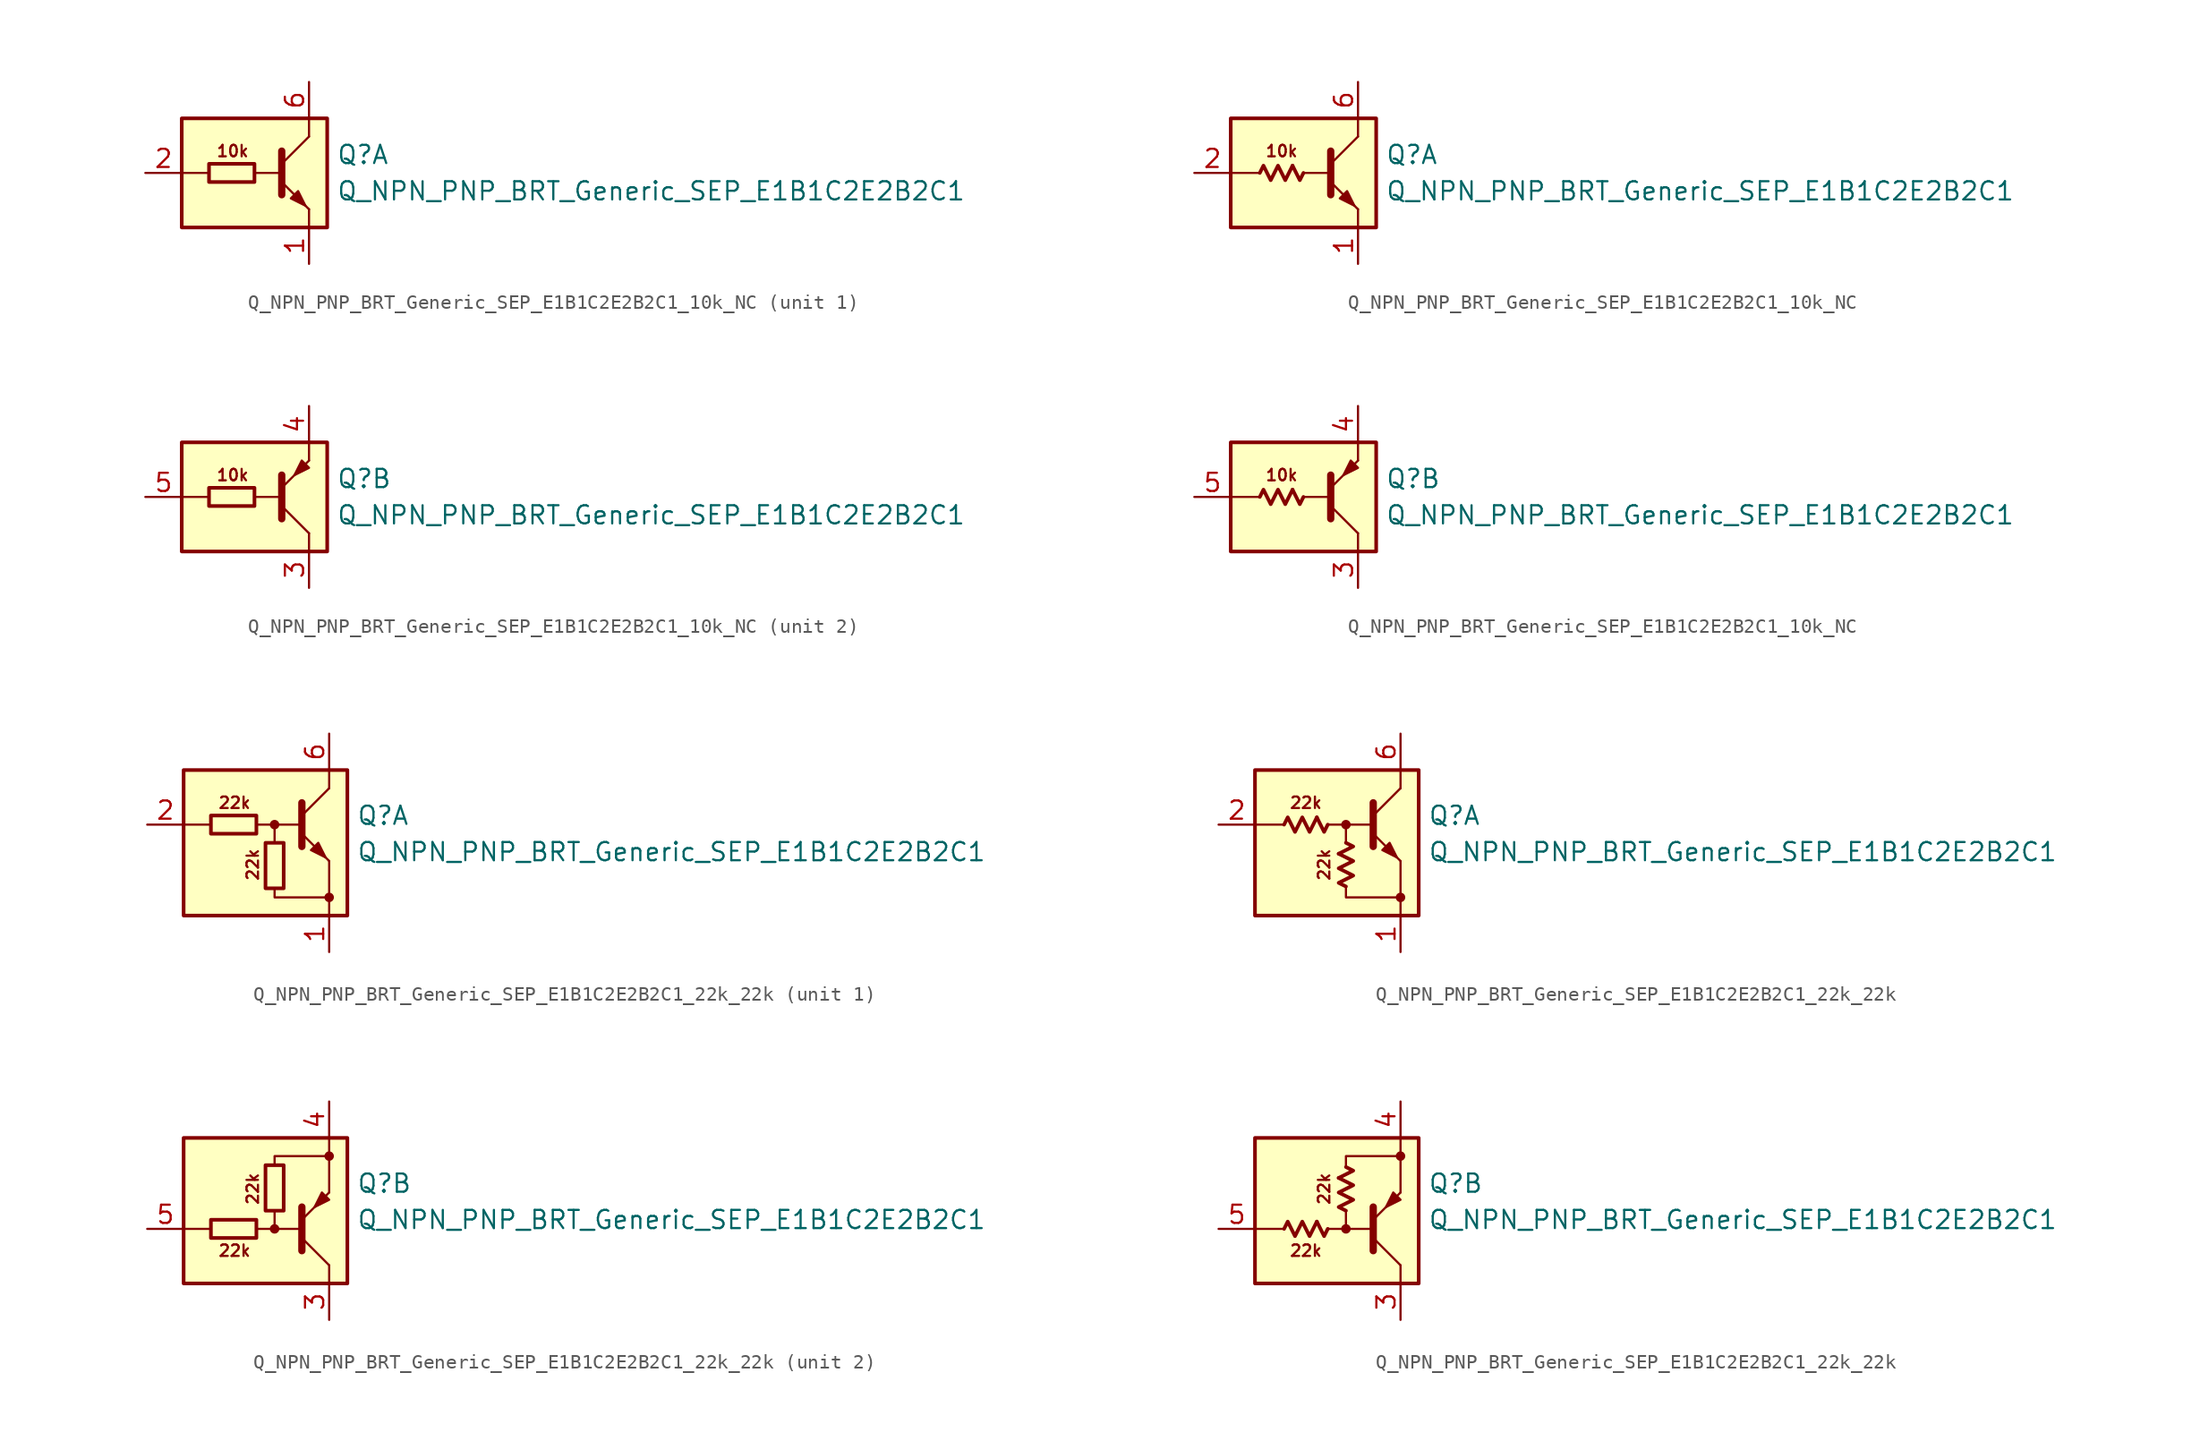
<source format=kicad_sym>
(kicad_symbol_lib
  (version 20220914)
  (generator kicad_symbol_editor)
  (symbol "Q_NPN_PNP_BRT_Generic_SEP_E1B1C2E2B2C1_10k_NC"
    (pin_names
      (offset 1.016) hide)
    (property "Reference" "Q"
      (at 5.715 1.27 0)
      (effects (font (size 1.27 1.27)) (justify left)))
    (property "Value" "Q_NPN_PNP_BRT_Generic_SEP_E1B1C2E2B2C1"
      (at 5.715 -1.27 0)
      (effects (font (size 1.27 1.27)) (justify left)))
    (property "ki_locked" ""
      (at 0 0 0)
      (effects (font (size 1.27 1.27))))
    (symbol "Q_NPN_PNP_BRT_Generic_SEP_E1B1C2E2B2C1_10k_NC_1_0"
      (rectangle (start -5.08 3.81) (end 5.08 -3.81) (stroke (width 0.254) (type default)) (fill (type background)))
      (polyline (pts (xy -3.175 0) (xy -5.08 0)) (stroke (width 0) (type default)) (fill (type none)))
      (polyline (pts (xy 0 0) (xy 1.905 0)) (stroke (width 0) (type default)) (fill (type none)))
      (polyline (pts (xy 1.905 0.635) (xy 3.81 2.54)) (stroke (width 0) (type default)) (fill (type none)))
      (polyline (pts (xy 1.905 1.524) (xy 1.905 -1.524)) (stroke (width 0.508) (type default)) (fill (type none)))
      (polyline (pts (xy 3.81 -2.54) (xy 3.81 -3.81)) (stroke (width 0) (type default)) (fill (type none)))
      (polyline (pts (xy 3.81 2.54) (xy 3.81 3.81)) (stroke (width 0) (type default)) (fill (type none)))
      (polyline (pts (xy 1.905 -0.635) (xy 3.81 -2.54) (xy 3.81 -2.54)) (stroke (width 0) (type default)) (fill (type none)))
      (polyline (pts (xy 2.54 -1.778) (xy 3.048 -1.27) (xy 3.556 -2.286) (xy 2.54 -1.778) (xy 2.54 -1.778)) (stroke (width 0) (type default)) (fill (type outline)))
      (text "10k" (at -1.524 1.524 0) (effects (font (size 0.8 0.8)))))
    (symbol "Q_NPN_PNP_BRT_Generic_SEP_E1B1C2E2B2C1_10k_NC_1_1"
      (rectangle (start -3.175 0.635) (end 0 -0.635) (stroke (width 0.254) (type default)) (fill (type none)))
      (pin passive line (at 3.81 -6.35 90) (length 2.54) (name "E1" (effects (font (size 1.27 1.27)))) (number "1" (effects (font (size 1.27 1.27)))))
      (pin input line (at -7.62 0 0) (length 2.54) (name "B1" (effects (font (size 1.27 1.27)))) (number "2" (effects (font (size 1.27 1.27)))))
      (pin passive line (at 3.81 6.35 270) (length 2.54) (name "C1" (effects (font (size 1.27 1.27)))) (number "6" (effects (font (size 1.27 1.27))))))
    (symbol "Q_NPN_PNP_BRT_Generic_SEP_E1B1C2E2B2C1_10k_NC_1_2"
      (polyline (pts (xy -0.762 0.508) (xy -0.254 -0.508) (xy 0 0)) (stroke (width 0.254) (type default)) (fill (type none)))
      (polyline (pts (xy -3.048 0) (xy -2.794 0.508) (xy -2.286 -0.508) (xy -1.778 0.508) (xy -1.27 -0.508) (xy -0.762 0.508)) (stroke (width 0.254) (type default)) (fill (type none)))
      (pin passive line (at 3.81 -6.35 90) (length 2.54) (name "E1" (effects (font (size 1.27 1.27)))) (number "1" (effects (font (size 1.27 1.27)))))
      (pin input line (at -7.62 0 0) (length 2.54) (name "B1" (effects (font (size 1.27 1.27)))) (number "2" (effects (font (size 1.27 1.27)))))
      (pin passive line (at 3.81 6.35 270) (length 2.54) (name "C1" (effects (font (size 1.27 1.27)))) (number "6" (effects (font (size 1.27 1.27))))))
    (symbol "Q_NPN_PNP_BRT_Generic_SEP_E1B1C2E2B2C1_10k_NC_2_0"
      (rectangle (start -5.08 3.81) (end 5.08 -3.81) (stroke (width 0.254) (type default)) (fill (type background)))
      (polyline (pts (xy -3.175 0) (xy -5.08 0)) (stroke (width 0) (type default)) (fill (type none)))
      (polyline (pts (xy 0 0) (xy 1.905 0)) (stroke (width 0) (type default)) (fill (type none)))
      (polyline (pts (xy 1.905 -1.524) (xy 1.905 1.524)) (stroke (width 0.508) (type default)) (fill (type none)))
      (polyline (pts (xy 1.905 -0.635) (xy 3.81 -2.54)) (stroke (width 0) (type default)) (fill (type none)))
      (polyline (pts (xy 3.81 -2.54) (xy 3.81 -3.81)) (stroke (width 0) (type default)) (fill (type none)))
      (polyline (pts (xy 3.81 2.54) (xy 3.81 3.81)) (stroke (width 0) (type default)) (fill (type none)))
      (polyline (pts (xy 1.905 0.635) (xy 3.81 2.54) (xy 3.81 2.54)) (stroke (width 0) (type default)) (fill (type none)))
      (polyline (pts (xy 3.81 2.032) (xy 3.302 2.54) (xy 2.794 1.524) (xy 3.81 2.032) (xy 3.81 2.032)) (stroke (width 0) (type default)) (fill (type outline)))
      (text "10k" (at -1.524 1.524 0) (effects (font (size 0.8 0.8)))))
    (symbol "Q_NPN_PNP_BRT_Generic_SEP_E1B1C2E2B2C1_10k_NC_2_1"
      (rectangle (start 0 0.635) (end -3.175 -0.635) (stroke (width 0.254) (type default)) (fill (type none)))
      (pin passive line (at 3.81 -6.35 90) (length 2.54) (name "C2" (effects (font (size 1.27 1.27)))) (number "3" (effects (font (size 1.27 1.27)))))
      (pin passive line (at 3.81 6.35 270) (length 2.54) (name "E2" (effects (font (size 1.27 1.27)))) (number "4" (effects (font (size 1.27 1.27)))))
      (pin input line (at -7.62 0 0) (length 2.54) (name "B2" (effects (font (size 1.27 1.27)))) (number "5" (effects (font (size 1.27 1.27))))))
    (symbol "Q_NPN_PNP_BRT_Generic_SEP_E1B1C2E2B2C1_10k_NC_2_2"
      (polyline (pts (xy -0.762 0.508) (xy -0.254 -0.508) (xy 0 0)) (stroke (width 0.254) (type default)) (fill (type none)))
      (polyline (pts (xy -3.048 0) (xy -2.794 0.508) (xy -2.286 -0.508) (xy -1.778 0.508) (xy -1.27 -0.508) (xy -0.762 0.508)) (stroke (width 0.254) (type default)) (fill (type none)))
      (pin passive line (at 3.81 -6.35 90) (length 2.54) (name "C2" (effects (font (size 1.27 1.27)))) (number "3" (effects (font (size 1.27 1.27)))))
      (pin passive line (at 3.81 6.35 270) (length 2.54) (name "E2" (effects (font (size 1.27 1.27)))) (number "4" (effects (font (size 1.27 1.27)))))
      (pin input line (at -7.62 0 0) (length 2.54) (name "B2" (effects (font (size 1.27 1.27)))) (number "5" (effects (font (size 1.27 1.27)))))))
  (symbol "Q_NPN_PNP_BRT_Generic_SEP_E1B1C2E2B2C1_22k_22k"
    (pin_names
      (offset 1.016) hide)
    (property "Reference" "Q"
      (at 5.715 1.905 0)
      (effects (font (size 1.27 1.27)) (justify left)))
    (property "Value" "Q_NPN_PNP_BRT_Generic_SEP_E1B1C2E2B2C1"
      (at 5.715 -0.635 0)
      (effects (font (size 1.27 1.27)) (justify left)))
    (property "ki_locked" ""
      (at 0 0 0)
      (effects (font (size 1.27 1.27))))
    (symbol "Q_NPN_PNP_BRT_Generic_SEP_E1B1C2E2B2C1_22k_22k_1_0"
      (rectangle (start -6.35 5.08) (end 5.08 -5.08) (stroke (width 0.254) (type default)) (fill (type background)))
      (polyline (pts (xy -4.445 1.27) (xy -6.35 1.27)) (stroke (width 0) (type default)) (fill (type none)))
      (polyline (pts (xy -0.254 1.27) (xy 1.905 1.27)) (stroke (width 0) (type default)) (fill (type none)))
      (polyline (pts (xy 1.905 1.905) (xy 3.81 3.81)) (stroke (width 0) (type default)) (fill (type none)))
      (polyline (pts (xy 1.905 2.794) (xy 1.905 -0.254)) (stroke (width 0.508) (type default)) (fill (type none)))
      (polyline (pts (xy 3.81 -3.81) (xy 3.81 -5.08)) (stroke (width 0) (type default)) (fill (type none)))
      (polyline (pts (xy 3.81 -3.81) (xy 3.81 -1.27)) (stroke (width 0) (type default)) (fill (type none)))
      (polyline (pts (xy 3.81 3.81) (xy 3.81 5.08)) (stroke (width 0) (type default)) (fill (type none)))
      (polyline (pts (xy -1.27 1.27) (xy 0 1.27) (xy 0 0)) (stroke (width 0) (type default)) (fill (type none)))
      (polyline (pts (xy 0 -3.175) (xy 0 -3.81) (xy 3.81 -3.81)) (stroke (width 0) (type default)) (fill (type none)))
      (polyline (pts (xy 1.905 0.635) (xy 3.81 -1.27) (xy 3.81 -1.27)) (stroke (width 0) (type default)) (fill (type none)))
      (polyline (pts (xy 2.54 -0.508) (xy 3.048 0) (xy 3.556 -1.016) (xy 2.54 -0.508) (xy 2.54 -0.508)) (stroke (width 0) (type default)) (fill (type outline)))
      (circle (center 0 1.27) (radius 0.254) (stroke (width 0) (type default)) (fill (type outline)))
      (circle (center 3.81 -3.81) (radius 0.254) (stroke (width 0) (type default)) (fill (type outline)))
      (text "22k" (at -2.794 2.794 0) (effects (font (size 0.8 0.8))))
      (text "22k" (at -1.524 -1.524 900) (effects (font (size 0.8 0.8)))))
    (symbol "Q_NPN_PNP_BRT_Generic_SEP_E1B1C2E2B2C1_22k_22k_1_1"
      (rectangle (start -4.445 1.905) (end -1.27 0.635) (stroke (width 0.254) (type default)) (fill (type none)))
      (rectangle (start -0.635 0) (end 0.635 -3.175) (stroke (width 0.254) (type default)) (fill (type none)))
      (pin passive line (at 3.81 -7.62 90) (length 2.54) (name "E1" (effects (font (size 1.27 1.27)))) (number "1" (effects (font (size 1.27 1.27)))))
      (pin input line (at -8.89 1.27 0) (length 2.54) (name "B1" (effects (font (size 1.27 1.27)))) (number "2" (effects (font (size 1.27 1.27)))))
      (pin passive line (at 3.81 7.62 270) (length 2.54) (name "C1" (effects (font (size 1.27 1.27)))) (number "6" (effects (font (size 1.27 1.27))))))
    (symbol "Q_NPN_PNP_BRT_Generic_SEP_E1B1C2E2B2C1_22k_22k_1_2"
      (polyline (pts (xy -2.032 1.778) (xy -1.524 0.762) (xy -1.27 1.27)) (stroke (width 0.254) (type default)) (fill (type none)))
      (polyline (pts (xy -0.508 -0.762) (xy 0.508 -0.254) (xy 0 0)) (stroke (width 0.254) (type default)) (fill (type none)))
      (polyline (pts (xy -4.318 1.27) (xy -4.064 1.778) (xy -3.556 0.762) (xy -3.048 1.778) (xy -2.54 0.762) (xy -2.032 1.778)) (stroke (width 0.254) (type default)) (fill (type none)))
      (polyline (pts (xy 0 -3.048) (xy -0.508 -2.794) (xy 0.508 -2.286) (xy -0.508 -1.778) (xy 0.508 -1.27) (xy -0.508 -0.762)) (stroke (width 0.254) (type default)) (fill (type none)))
      (pin passive line (at 3.81 -7.62 90) (length 2.54) (name "E1" (effects (font (size 1.27 1.27)))) (number "1" (effects (font (size 1.27 1.27)))))
      (pin input line (at -8.89 1.27 0) (length 2.54) (name "B1" (effects (font (size 1.27 1.27)))) (number "2" (effects (font (size 1.27 1.27)))))
      (pin passive line (at 3.81 7.62 270) (length 2.54) (name "C1" (effects (font (size 1.27 1.27)))) (number "6" (effects (font (size 1.27 1.27))))))
    (symbol "Q_NPN_PNP_BRT_Generic_SEP_E1B1C2E2B2C1_22k_22k_2_0"
      (rectangle (start -6.35 5.08) (end 5.08 -5.08) (stroke (width 0.254) (type default)) (fill (type background)))
      (circle (center 0 -1.27) (radius 0.254) (stroke (width 0) (type default)) (fill (type outline)))
      (polyline (pts (xy -4.445 -1.27) (xy -6.35 -1.27)) (stroke (width 0) (type default)) (fill (type none)))
      (polyline (pts (xy -0.254 -1.27) (xy 1.905 -1.27)) (stroke (width 0) (type default)) (fill (type none)))
      (polyline (pts (xy 1.905 -2.794) (xy 1.905 0.254)) (stroke (width 0.508) (type default)) (fill (type none)))
      (polyline (pts (xy 1.905 -1.905) (xy 3.81 -3.81)) (stroke (width 0) (type default)) (fill (type none)))
      (polyline (pts (xy 3.81 -3.81) (xy 3.81 -5.08)) (stroke (width 0) (type default)) (fill (type none)))
      (polyline (pts (xy 3.81 3.81) (xy 3.81 1.27)) (stroke (width 0) (type default)) (fill (type none)))
      (polyline (pts (xy 3.81 3.81) (xy 3.81 5.08)) (stroke (width 0) (type default)) (fill (type none)))
      (polyline (pts (xy -1.27 -1.27) (xy 0 -1.27) (xy 0 0)) (stroke (width 0) (type default)) (fill (type none)))
      (polyline (pts (xy 0 3.175) (xy 0 3.81) (xy 3.81 3.81)) (stroke (width 0) (type default)) (fill (type none)))
      (polyline (pts (xy 1.905 -0.635) (xy 3.81 1.27) (xy 3.81 1.27)) (stroke (width 0) (type default)) (fill (type none)))
      (polyline (pts (xy 3.81 0.762) (xy 3.302 1.27) (xy 2.794 0.254) (xy 3.81 0.762) (xy 3.81 0.762)) (stroke (width 0) (type default)) (fill (type outline)))
      (circle (center 3.81 3.81) (radius 0.254) (stroke (width 0) (type default)) (fill (type outline)))
      (text "22k" (at -2.794 -2.794 0) (effects (font (size 0.8 0.8))))
      (text "22k" (at -1.524 1.524 900) (effects (font (size 0.8 0.8)))))
    (symbol "Q_NPN_PNP_BRT_Generic_SEP_E1B1C2E2B2C1_22k_22k_2_1"
      (rectangle (start -1.27 -0.635) (end -4.445 -1.905) (stroke (width 0.254) (type default)) (fill (type none)))
      (rectangle (start 0.635 3.175) (end -0.635 0) (stroke (width 0.254) (type default)) (fill (type none)))
      (pin passive line (at 3.81 -7.62 90) (length 2.54) (name "C2" (effects (font (size 1.27 1.27)))) (number "3" (effects (font (size 1.27 1.27)))))
      (pin passive line (at 3.81 7.62 270) (length 2.54) (name "E2" (effects (font (size 1.27 1.27)))) (number "4" (effects (font (size 1.27 1.27)))))
      (pin input line (at -8.89 -1.27 0) (length 2.54) (name "B2" (effects (font (size 1.27 1.27)))) (number "5" (effects (font (size 1.27 1.27))))))
    (symbol "Q_NPN_PNP_BRT_Generic_SEP_E1B1C2E2B2C1_22k_22k_2_2"
      (polyline (pts (xy -2.032 -0.762) (xy -1.524 -1.778) (xy -1.27 -1.27)) (stroke (width 0.254) (type default)) (fill (type none)))
      (polyline (pts (xy -0.508 2.286) (xy 0.508 2.794) (xy 0 3.048)) (stroke (width 0.254) (type default)) (fill (type none)))
      (polyline (pts (xy -4.318 -1.27) (xy -4.064 -0.762) (xy -3.556 -1.778) (xy -3.048 -0.762) (xy -2.54 -1.778) (xy -2.032 -0.762)) (stroke (width 0.254) (type default)) (fill (type none)))
      (polyline (pts (xy 0 0) (xy -0.508 0.254) (xy 0.508 0.762) (xy -0.508 1.27) (xy 0.508 1.778) (xy -0.508 2.286)) (stroke (width 0.254) (type default)) (fill (type none)))
      (pin passive line (at 3.81 -7.62 90) (length 2.54) (name "C2" (effects (font (size 1.27 1.27)))) (number "3" (effects (font (size 1.27 1.27)))))
      (pin passive line (at 3.81 7.62 270) (length 2.54) (name "E2" (effects (font (size 1.27 1.27)))) (number "4" (effects (font (size 1.27 1.27)))))
      (pin input line (at -8.89 -1.27 0) (length 2.54) (name "B2" (effects (font (size 1.27 1.27)))) (number "5" (effects (font (size 1.27 1.27))))))))
</source>
